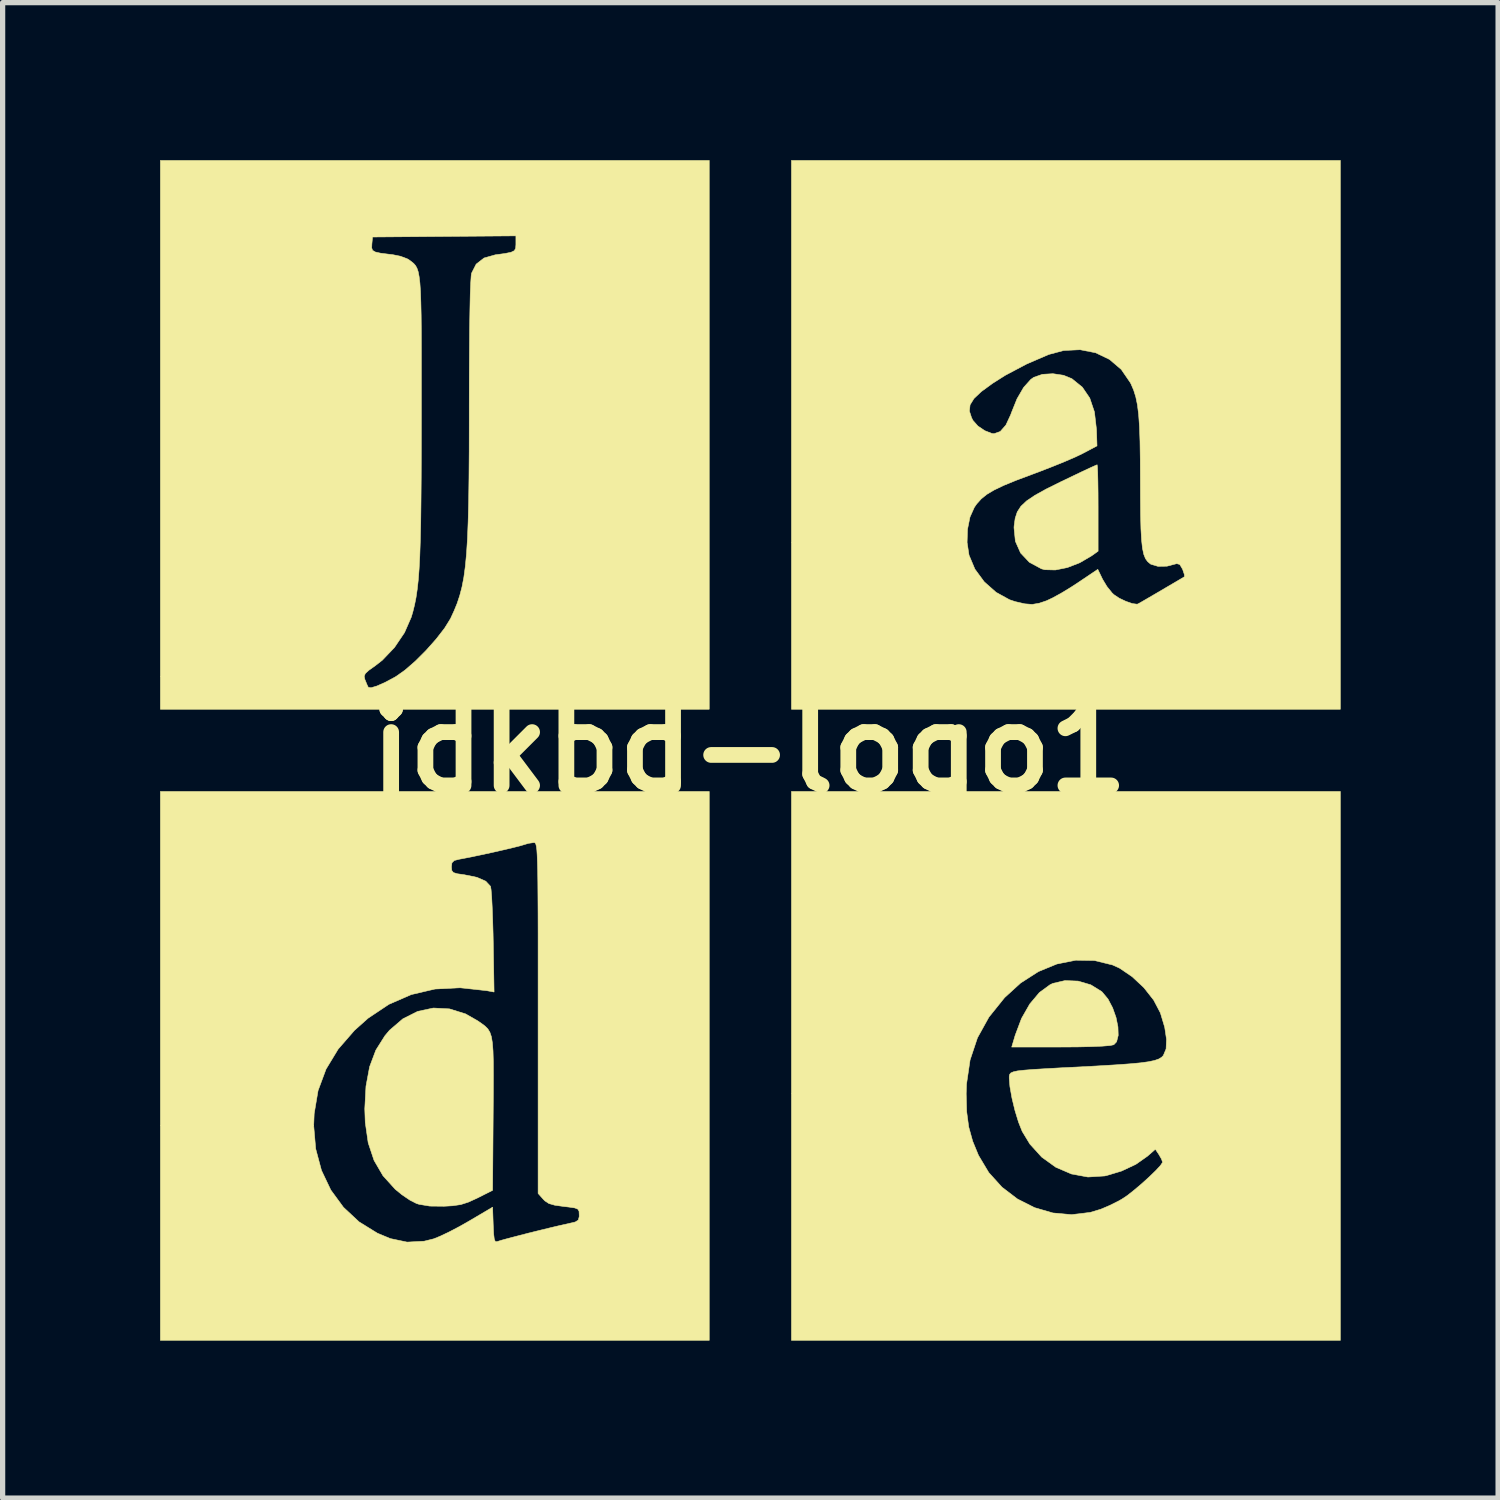
<source format=kicad_pcb>
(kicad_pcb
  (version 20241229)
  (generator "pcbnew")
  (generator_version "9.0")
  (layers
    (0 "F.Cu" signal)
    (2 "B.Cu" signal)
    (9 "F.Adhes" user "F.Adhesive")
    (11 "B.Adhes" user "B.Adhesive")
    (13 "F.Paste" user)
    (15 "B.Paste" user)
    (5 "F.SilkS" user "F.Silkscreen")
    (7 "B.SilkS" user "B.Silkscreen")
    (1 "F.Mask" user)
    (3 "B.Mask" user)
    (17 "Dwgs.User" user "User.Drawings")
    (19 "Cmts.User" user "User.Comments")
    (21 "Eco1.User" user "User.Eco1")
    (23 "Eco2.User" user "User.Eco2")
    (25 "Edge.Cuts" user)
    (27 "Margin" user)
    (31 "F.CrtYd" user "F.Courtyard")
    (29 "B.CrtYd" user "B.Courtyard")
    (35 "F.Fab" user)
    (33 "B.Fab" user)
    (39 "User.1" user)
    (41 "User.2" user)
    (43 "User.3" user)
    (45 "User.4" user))
  (footprint "jdkbd-logo1"
    (layer "F.Cu")
    (at 11.223 11.223)
    (property "Reference" "jdkbd-logo1" (at 0 0 0) (layer "F.SilkS") (effects (font (size 1.524 1.524) (thickness 0.3))))
    (attr through_hole)
    (fp_poly (pts (xy 6.266 4.417) (xy 6.507 4.488) (xy 6.711 4.614) (xy 6.725 4.627) (xy 6.834 4.758) (xy 6.922 4.925) (xy 6.987 5.108) (xy 7.024 5.29) (xy 7.029 5.451) (xy 6.998 5.573) (xy 6.945 5.629) (xy 6.875 5.644) (xy 6.73 5.656) (xy 6.518 5.665) (xy 6.25 5.671) (xy 5.934 5.673) (xy 5 5.673) (xy 5.066 5.45) (xy 5.187 5.128) (xy 5.344 4.853) (xy 5.527 4.635) (xy 5.729 4.487) (xy 5.783 4.461) (xy 6.015 4.407) (xy 6.266 4.417)) (stroke (width 0.01) (type solid)) (fill yes) (layer "F.SilkS"))
    (fp_poly (pts (xy 6.633 -5.378) (xy 6.638 -5.266) (xy 6.642 -5.096) (xy 6.645 -4.878) (xy 6.646 -4.628) (xy 6.646 -4.596) (xy 6.646 -3.773) (xy 6.521 -3.684) (xy 6.297 -3.553) (xy 6.06 -3.461) (xy 5.831 -3.415) (xy 5.632 -3.42) (xy 5.567 -3.437) (xy 5.337 -3.561) (xy 5.169 -3.739) (xy 5.07 -3.962) (xy 5.044 -4.22) (xy 5.046 -4.254) (xy 5.066 -4.399) (xy 5.106 -4.521) (xy 5.175 -4.628) (xy 5.283 -4.73) (xy 5.44 -4.836) (xy 5.656 -4.956) (xy 5.94 -5.097) (xy 5.953 -5.103) (xy 6.168 -5.206) (xy 6.356 -5.296) (xy 6.504 -5.365) (xy 6.598 -5.407) (xy 6.627 -5.419) (xy 6.633 -5.378)) (stroke (width 0.01) (type solid)) (fill yes) (layer "F.SilkS"))
    (fp_poly (pts (xy -5.711 4.946) (xy -5.405 5.041) (xy -5.177 5.171) (xy -5.097 5.226) (xy -5.032 5.275) (xy -4.98 5.327) (xy -4.941 5.391) (xy -4.912 5.477) (xy -4.893 5.593) (xy -4.881 5.748) (xy -4.875 5.952) (xy -4.874 6.214) (xy -4.875 6.542) (xy -4.878 6.945) (xy -4.878 6.947) (xy -4.889 8.403) (xy -5.179 8.549) (xy -5.349 8.627) (xy -5.495 8.674) (xy -5.654 8.697) (xy -5.814 8.706) (xy -6.085 8.703) (xy -6.29 8.669) (xy -6.34 8.653) (xy -6.467 8.588) (xy -6.617 8.486) (xy -6.744 8.382) (xy -6.977 8.125) (xy -7.147 7.833) (xy -7.259 7.497) (xy -7.315 7.107) (xy -7.324 6.851) (xy -7.301 6.419) (xy -7.232 6.049) (xy -7.113 5.732) (xy -6.941 5.459) (xy -6.853 5.354) (xy -6.599 5.136) (xy -6.317 4.994) (xy -6.018 4.93) (xy -5.711 4.946)) (stroke (width 0.01) (type solid)) (fill yes) (layer "F.SilkS"))
    (fp_poly (pts (xy 11.261 11.261) (xy 0.804 11.261) (xy 0.804 6.562) (xy 4.133 6.562) (xy 4.142 6.904) (xy 4.181 7.195) (xy 4.256 7.466) (xy 4.367 7.736) (xy 4.563 8.064) (xy 4.815 8.343) (xy 5.11 8.568) (xy 5.437 8.733) (xy 5.785 8.834) (xy 6.142 8.866) (xy 6.497 8.823) (xy 6.699 8.762) (xy 6.861 8.693) (xy 7.036 8.606) (xy 7.101 8.569) (xy 7.206 8.499) (xy 7.337 8.395) (xy 7.481 8.273) (xy 7.622 8.145) (xy 7.744 8.027) (xy 7.833 7.931) (xy 7.873 7.871) (xy 7.874 7.866) (xy 7.853 7.806) (xy 7.806 7.724) (xy 7.737 7.62) (xy 7.585 7.753) (xy 7.364 7.908) (xy 7.091 8.036) (xy 6.801 8.123) (xy 6.77 8.129) (xy 6.452 8.149) (xy 6.138 8.091) (xy 5.84 7.963) (xy 5.572 7.77) (xy 5.346 7.521) (xy 5.2 7.28) (xy 5.13 7.104) (xy 5.062 6.882) (xy 5.005 6.646) (xy 4.966 6.427) (xy 4.953 6.27) (xy 4.953 6.228) (xy 4.961 6.194) (xy 4.983 6.167) (xy 5.03 6.146) (xy 5.11 6.128) (xy 5.233 6.114) (xy 5.406 6.1) (xy 5.638 6.086) (xy 5.939 6.069) (xy 6.244 6.054) (xy 6.652 6.032) (xy 6.984 6.012) (xy 7.248 5.993) (xy 7.453 5.974) (xy 7.607 5.953) (xy 7.72 5.929) (xy 7.799 5.902) (xy 7.853 5.87) (xy 7.888 5.835) (xy 7.941 5.709) (xy 7.949 5.525) (xy 7.915 5.298) (xy 7.838 5.041) (xy 7.829 5.016) (xy 7.704 4.778) (xy 7.519 4.543) (xy 7.296 4.334) (xy 7.058 4.172) (xy 6.923 4.11) (xy 6.577 4.025) (xy 6.22 4.019) (xy 5.86 4.091) (xy 5.508 4.236) (xy 5.17 4.453) (xy 4.864 4.732) (xy 4.566 5.103) (xy 4.348 5.496) (xy 4.207 5.919) (xy 4.139 6.38) (xy 4.133 6.562) (xy 0.804 6.562) (xy 0.804 0.804) (xy 11.261 0.804) (xy 11.261 11.261)) (stroke (width 0.01) (type solid)) (fill yes) (layer "F.SilkS"))
    (fp_poly (pts (xy -0.762 -0.762) (xy -11.218 -0.762) (xy -11.218 -1.39) (xy -7.335 -1.39) (xy -7.323 -1.332) (xy -7.319 -1.322) (xy -7.281 -1.229) (xy -7.257 -1.18) (xy -7.205 -1.171) (xy -7.095 -1.204) (xy -6.94 -1.272) (xy -6.755 -1.371) (xy -6.731 -1.385) (xy -6.558 -1.507) (xy -6.36 -1.679) (xy -6.156 -1.883) (xy -5.964 -2.099) (xy -5.803 -2.307) (xy -5.692 -2.486) (xy -5.686 -2.498) (xy -5.621 -2.64) (xy -5.563 -2.782) (xy -5.514 -2.931) (xy -5.472 -3.092) (xy -5.437 -3.273) (xy -5.409 -3.48) (xy -5.386 -3.722) (xy -5.368 -4.003) (xy -5.355 -4.332) (xy -5.345 -4.716) (xy -5.339 -5.16) (xy -5.335 -5.673) (xy -5.334 -6.26) (xy -5.334 -6.534) (xy -5.333 -7.089) (xy -5.33 -7.583) (xy -5.327 -8.013) (xy -5.321 -8.375) (xy -5.315 -8.666) (xy -5.306 -8.882) (xy -5.297 -9.02) (xy -5.29 -9.068) (xy -5.202 -9.241) (xy -5.052 -9.358) (xy -4.837 -9.419) (xy -4.834 -9.419) (xy -4.652 -9.444) (xy -4.538 -9.467) (xy -4.476 -9.497) (xy -4.45 -9.542) (xy -4.445 -9.612) (xy -4.445 -9.632) (xy -4.445 -9.78) (xy -5.81 -9.769) (xy -7.176 -9.758) (xy -7.189 -9.622) (xy -7.192 -9.551) (xy -7.176 -9.504) (xy -7.125 -9.473) (xy -7.024 -9.45) (xy -6.858 -9.429) (xy -6.795 -9.422) (xy -6.646 -9.392) (xy -6.517 -9.344) (xy -6.477 -9.32) (xy -6.431 -9.286) (xy -6.391 -9.253) (xy -6.358 -9.215) (xy -6.33 -9.165) (xy -6.307 -9.098) (xy -6.289 -9.005) (xy -6.274 -8.882) (xy -6.263 -8.722) (xy -6.256 -8.519) (xy -6.25 -8.266) (xy -6.247 -7.957) (xy -6.246 -7.585) (xy -6.246 -7.145) (xy -6.246 -6.629) (xy -6.246 -6.329) (xy -6.247 -5.716) (xy -6.249 -5.18) (xy -6.253 -4.716) (xy -6.258 -4.316) (xy -6.266 -3.973) (xy -6.276 -3.682) (xy -6.289 -3.434) (xy -6.305 -3.224) (xy -6.325 -3.044) (xy -6.348 -2.888) (xy -6.376 -2.748) (xy -6.408 -2.619) (xy -6.438 -2.517) (xy -6.567 -2.222) (xy -6.758 -1.939) (xy -6.991 -1.695) (xy -7.122 -1.593) (xy -7.248 -1.503) (xy -7.314 -1.442) (xy -7.335 -1.39) (xy -11.218 -1.39) (xy -11.218 -11.218) (xy -0.762 -11.218) (xy -0.762 -0.762)) (stroke (width 0.01) (type solid)) (fill yes) (layer "F.SilkS"))
    (fp_poly (pts (xy -0.762 11.261) (xy -11.218 11.261) (xy -11.218 7.171) (xy -8.297 7.171) (xy -8.259 7.612) (xy -8.149 8.023) (xy -7.971 8.397) (xy -7.73 8.726) (xy -7.433 9.003) (xy -7.084 9.219) (xy -6.837 9.322) (xy -6.518 9.389) (xy -6.193 9.372) (xy -6.012 9.327) (xy -5.886 9.276) (xy -5.712 9.193) (xy -5.514 9.089) (xy -5.34 8.99) (xy -4.889 8.724) (xy -4.877 9.065) (xy -4.869 9.233) (xy -4.857 9.332) (xy -4.838 9.377) (xy -4.807 9.381) (xy -4.792 9.376) (xy -4.722 9.354) (xy -4.587 9.317) (xy -4.406 9.27) (xy -4.198 9.216) (xy -3.979 9.162) (xy -3.77 9.111) (xy -3.587 9.068) (xy -3.45 9.038) (xy -3.429 9.033) (xy -3.312 9.005) (xy -3.256 8.968) (xy -3.239 8.904) (xy -3.239 8.869) (xy -3.242 8.802) (xy -3.264 8.762) (xy -3.324 8.738) (xy -3.44 8.721) (xy -3.535 8.71) (xy -3.706 8.686) (xy -3.817 8.654) (xy -3.894 8.603) (xy -3.926 8.57) (xy -4.022 8.462) (xy -4.022 5.12) (xy -4.022 4.51) (xy -4.022 3.979) (xy -4.022 3.521) (xy -4.023 3.132) (xy -4.025 2.806) (xy -4.027 2.536) (xy -4.03 2.319) (xy -4.035 2.147) (xy -4.04 2.016) (xy -4.046 1.921) (xy -4.054 1.855) (xy -4.064 1.813) (xy -4.075 1.79) (xy -4.087 1.78) (xy -4.102 1.778) (xy -4.104 1.778) (xy -4.208 1.793) (xy -4.287 1.817) (xy -4.368 1.841) (xy -4.512 1.877) (xy -4.699 1.921) (xy -4.909 1.969) (xy -5.123 2.015) (xy -5.319 2.056) (xy -5.479 2.087) (xy -5.514 2.093) (xy -5.619 2.119) (xy -5.664 2.164) (xy -5.673 2.241) (xy -5.667 2.309) (xy -5.637 2.349) (xy -5.562 2.372) (xy -5.429 2.391) (xy -5.188 2.44) (xy -5.019 2.514) (xy -4.928 2.612) (xy -4.928 2.613) (xy -4.918 2.675) (xy -4.907 2.81) (xy -4.897 3.002) (xy -4.888 3.241) (xy -4.88 3.511) (xy -4.877 3.657) (xy -4.861 4.625) (xy -5.002 4.599) (xy -5.508 4.544) (xy -5.987 4.568) (xy -6.439 4.674) (xy -6.864 4.859) (xy -7.261 5.124) (xy -7.519 5.354) (xy -7.831 5.713) (xy -8.062 6.094) (xy -8.214 6.503) (xy -8.288 6.943) (xy -8.297 7.171) (xy -11.218 7.171) (xy -11.218 0.804) (xy -0.762 0.804) (xy -0.762 11.261)) (stroke (width 0.01) (type solid)) (fill yes) (layer "F.SilkS"))
    (fp_poly (pts (xy 11.261 -0.762) (xy 0.804 -0.762) (xy 0.804 -3.94) (xy 4.15 -3.94) (xy 4.186 -3.703) (xy 4.187 -3.697) (xy 4.299 -3.431) (xy 4.477 -3.189) (xy 4.703 -2.989) (xy 4.959 -2.848) (xy 5.067 -2.812) (xy 5.25 -2.77) (xy 5.391 -2.759) (xy 5.525 -2.782) (xy 5.662 -2.828) (xy 5.783 -2.885) (xy 5.948 -2.976) (xy 6.132 -3.088) (xy 6.252 -3.166) (xy 6.64 -3.427) (xy 6.731 -3.238) (xy 6.814 -3.1) (xy 6.913 -2.977) (xy 6.947 -2.945) (xy 7.049 -2.877) (xy 7.176 -2.817) (xy 7.298 -2.775) (xy 7.387 -2.763) (xy 7.404 -2.768) (xy 7.452 -2.794) (xy 7.553 -2.853) (xy 7.689 -2.932) (xy 7.844 -3.023) (xy 7.999 -3.114) (xy 8.137 -3.195) (xy 8.24 -3.256) (xy 8.29 -3.286) (xy 8.292 -3.287) (xy 8.289 -3.33) (xy 8.259 -3.418) (xy 8.255 -3.43) (xy 8.202 -3.52) (xy 8.143 -3.536) (xy 8.133 -3.533) (xy 7.958 -3.487) (xy 7.787 -3.484) (xy 7.653 -3.524) (xy 7.644 -3.529) (xy 7.592 -3.572) (xy 7.549 -3.63) (xy 7.516 -3.713) (xy 7.491 -3.829) (xy 7.474 -3.987) (xy 7.462 -4.197) (xy 7.455 -4.467) (xy 7.452 -4.806) (xy 7.451 -5.104) (xy 7.449 -5.523) (xy 7.444 -5.868) (xy 7.434 -6.148) (xy 7.418 -6.376) (xy 7.395 -6.56) (xy 7.364 -6.711) (xy 7.324 -6.839) (xy 7.274 -6.956) (xy 7.26 -6.983) (xy 7.087 -7.235) (xy 6.863 -7.426) (xy 6.598 -7.553) (xy 6.303 -7.611) (xy 5.99 -7.596) (xy 5.705 -7.52) (xy 5.285 -7.339) (xy 4.877 -7.123) (xy 4.637 -6.971) (xy 4.423 -6.815) (xy 4.282 -6.682) (xy 4.207 -6.561) (xy 4.194 -6.442) (xy 4.236 -6.313) (xy 4.263 -6.262) (xy 4.356 -6.157) (xy 4.488 -6.068) (xy 4.621 -6.016) (xy 4.664 -6.011) (xy 4.782 -6.053) (xy 4.889 -6.175) (xy 4.981 -6.372) (xy 4.993 -6.407) (xy 5.101 -6.675) (xy 5.227 -6.892) (xy 5.363 -7.044) (xy 5.42 -7.085) (xy 5.584 -7.142) (xy 5.785 -7.154) (xy 5.987 -7.124) (xy 6.146 -7.059) (xy 6.345 -6.898) (xy 6.487 -6.689) (xy 6.576 -6.425) (xy 6.614 -6.098) (xy 6.615 -6.08) (xy 6.625 -5.779) (xy 6.353 -5.635) (xy 6.218 -5.57) (xy 6.024 -5.486) (xy 5.793 -5.392) (xy 5.544 -5.295) (xy 5.4 -5.241) (xy 5.09 -5.125) (xy 4.848 -5.026) (xy 4.664 -4.938) (xy 4.525 -4.855) (xy 4.418 -4.768) (xy 4.333 -4.673) (xy 4.288 -4.608) (xy 4.205 -4.423) (xy 4.158 -4.19) (xy 4.15 -3.94) (xy 0.804 -3.94) (xy 0.804 -11.218) (xy 11.261 -11.218) (xy 11.261 -0.762)) (stroke (width 0.01) (type solid)) (fill yes) (layer "F.SilkS")))
  (gr_rect
    (start -3 -3)
    (end 25.489 25.489)
    (stroke (width 0.1) (type default))
    (fill no)
    (layer "Edge.Cuts")))
</source>
